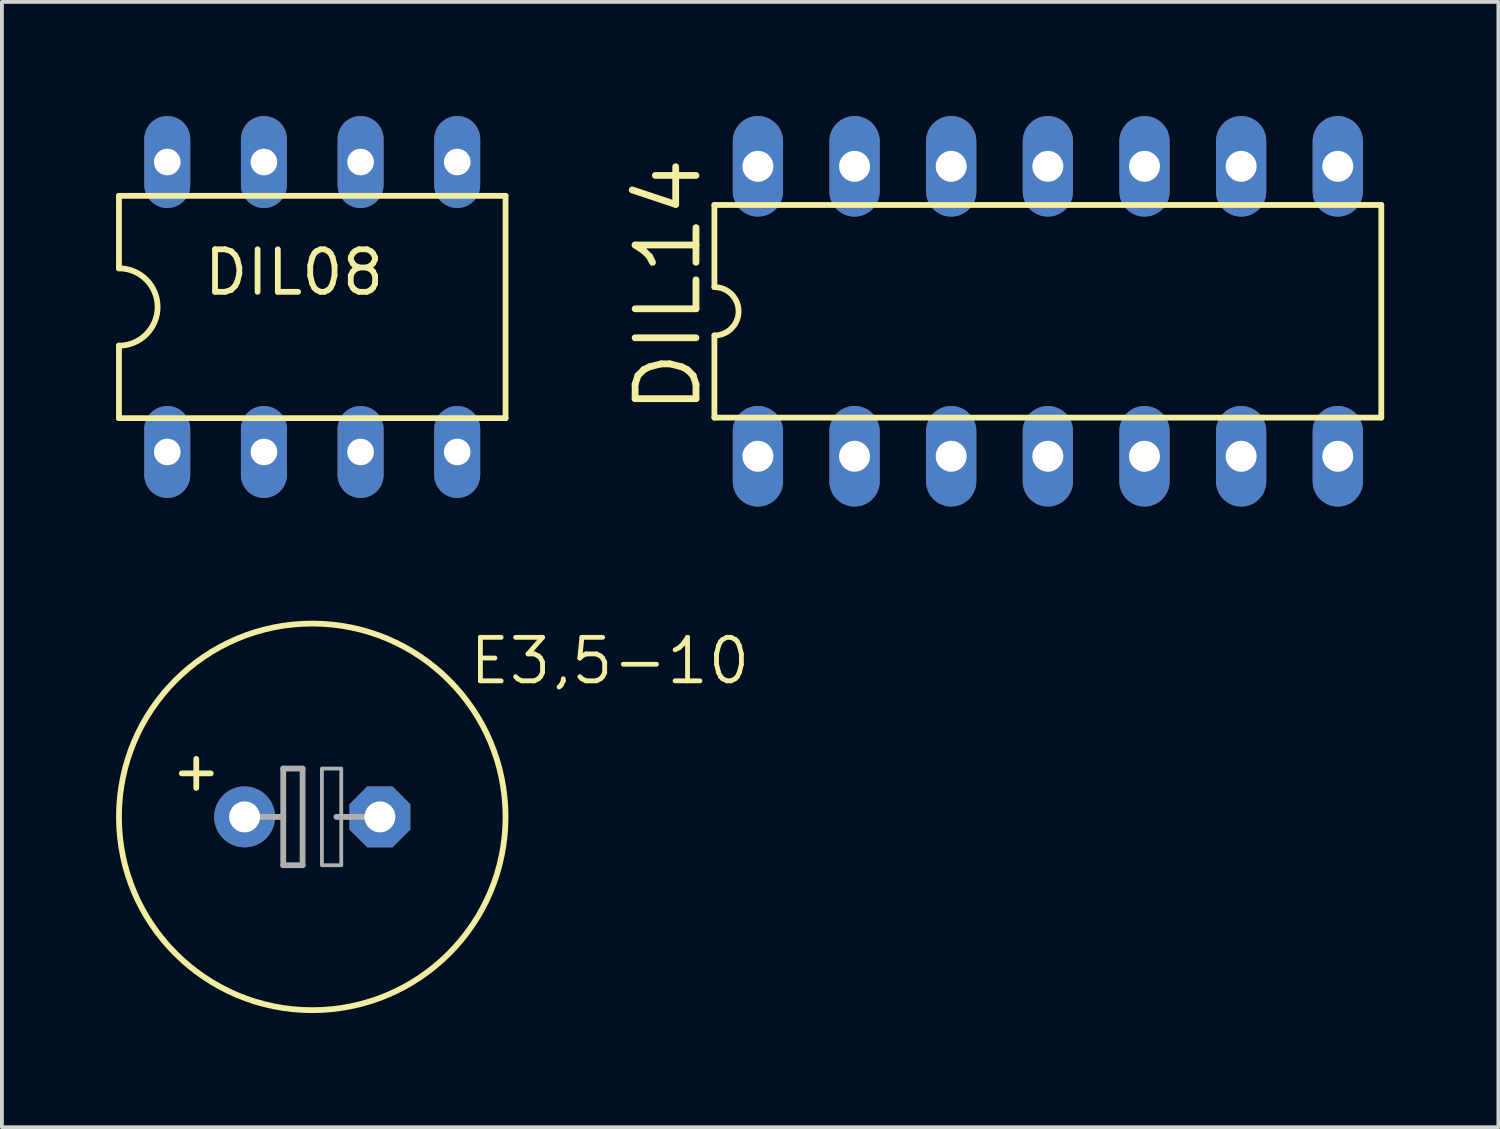
<source format=kicad_pcb>
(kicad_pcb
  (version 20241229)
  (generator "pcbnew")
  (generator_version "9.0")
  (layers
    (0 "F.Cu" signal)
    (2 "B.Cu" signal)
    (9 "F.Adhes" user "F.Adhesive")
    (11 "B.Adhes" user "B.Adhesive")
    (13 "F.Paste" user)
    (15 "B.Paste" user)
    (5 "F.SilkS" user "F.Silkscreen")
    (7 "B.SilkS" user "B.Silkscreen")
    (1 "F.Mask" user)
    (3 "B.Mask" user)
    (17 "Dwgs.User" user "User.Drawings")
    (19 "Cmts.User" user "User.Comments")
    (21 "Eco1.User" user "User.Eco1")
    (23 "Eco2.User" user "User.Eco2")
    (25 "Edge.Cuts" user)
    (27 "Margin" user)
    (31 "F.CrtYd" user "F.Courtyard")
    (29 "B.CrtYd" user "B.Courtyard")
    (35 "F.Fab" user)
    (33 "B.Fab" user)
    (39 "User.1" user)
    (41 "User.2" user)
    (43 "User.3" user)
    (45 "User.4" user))
  (footprint "DIL08"
    (layer "F.Cu")
    (at 5.156 5.018)
    (property "Reference" "DIL08" (at -2.921 -0.254 0) (unlocked yes) (layer "F.SilkS") (effects (font (size 1.118 1.118) (thickness 0.152)) (justify left bottom)))
    (fp_line (start -5.08 -2.921) (end -5.08 -1.016) (stroke (width 0.152) (type solid)) (layer "F.SilkS"))
    (fp_line (start -5.08 2.921) (end -5.08 1.016) (stroke (width 0.152) (type solid)) (layer "F.SilkS"))
    (fp_line (start -5.08 2.921) (end 5.08 2.921) (stroke (width 0.152) (type solid)) (layer "F.SilkS"))
    (fp_line (start 5.08 -2.921) (end -5.08 -2.921) (stroke (width 0.152) (type solid)) (layer "F.SilkS"))
    (fp_line (start 5.08 -2.921) (end 5.08 2.921) (stroke (width 0.152) (type solid)) (layer "F.SilkS"))
    (fp_arc (start -5.08 -1.016) (mid -4.064 0) (end -5.08 1.016) (stroke (width 0.1524) (type solid)) (layer "F.SilkS"))
    (pad "1" thru_hole oval (at -3.81 3.81 90) (size 2.416 1.208) (drill 0.7) (layers "*.Cu" "*.Mask"))
    (pad "2" thru_hole oval (at -1.27 3.81 90) (size 2.416 1.208) (drill 0.7) (layers "*.Cu" "*.Mask"))
    (pad "3" thru_hole oval (at 1.27 3.81 90) (size 2.416 1.208) (drill 0.7) (layers "*.Cu" "*.Mask"))
    (pad "4" thru_hole oval (at 3.81 3.81 90) (size 2.416 1.208) (drill 0.7) (layers "*.Cu" "*.Mask"))
    (pad "5" thru_hole oval (at 3.81 -3.81 90) (size 2.416 1.208) (drill 0.7) (layers "*.Cu" "*.Mask"))
    (pad "6" thru_hole oval (at 1.27 -3.81 90) (size 2.416 1.208) (drill 0.7) (layers "*.Cu" "*.Mask"))
    (pad "7" thru_hole oval (at -1.27 -3.81 90) (size 2.416 1.208) (drill 0.7) (layers "*.Cu" "*.Mask"))
    (pad "8" thru_hole oval (at -3.81 -3.81 90) (size 2.416 1.208) (drill 0.7) (layers "*.Cu" "*.Mask")))
  (footprint "DIL14"
    (layer "F.Cu")
    (at 24.488 5.131)
    (property "Reference" "DIL14" (at -9.042 2.794 90) (unlocked yes) (layer "F.SilkS") (effects (font (size 1.6 1.6) (thickness 0.178)) (justify left bottom)))
    (fp_line (start -8.763 -2.794) (end -8.763 -0.635) (stroke (width 0.152) (type solid)) (layer "F.SilkS"))
    (fp_line (start -8.763 0.635) (end -8.763 2.794) (stroke (width 0.152) (type solid)) (layer "F.SilkS"))
    (fp_line (start -8.763 2.794) (end 8.763 2.794) (stroke (width 0.152) (type solid)) (layer "F.SilkS"))
    (fp_line (start 8.763 -2.794) (end -8.763 -2.794) (stroke (width 0.152) (type solid)) (layer "F.SilkS"))
    (fp_line (start 8.763 2.794) (end 8.763 -2.794) (stroke (width 0.152) (type solid)) (layer "F.SilkS"))
    (fp_arc (start -8.763 -0.635) (mid -8.128 0) (end -8.763 0.635) (stroke (width 0.1524) (type solid)) (layer "F.SilkS"))
    (pad "1" thru_hole oval (at -7.62 3.81 90) (size 2.642 1.321) (drill 0.813) (layers "*.Cu" "*.Mask"))
    (pad "2" thru_hole oval (at -5.08 3.81 90) (size 2.642 1.321) (drill 0.813) (layers "*.Cu" "*.Mask"))
    (pad "3" thru_hole oval (at -2.54 3.81 90) (size 2.642 1.321) (drill 0.813) (layers "*.Cu" "*.Mask"))
    (pad "4" thru_hole oval (at 0 3.81 90) (size 2.642 1.321) (drill 0.813) (layers "*.Cu" "*.Mask"))
    (pad "5" thru_hole oval (at 2.54 3.81 90) (size 2.642 1.321) (drill 0.813) (layers "*.Cu" "*.Mask"))
    (pad "6" thru_hole oval (at 5.08 3.81 90) (size 2.642 1.321) (drill 0.813) (layers "*.Cu" "*.Mask"))
    (pad "7" thru_hole oval (at 7.62 3.81 90) (size 2.642 1.321) (drill 0.813) (layers "*.Cu" "*.Mask"))
    (pad "8" thru_hole oval (at 7.62 -3.81 90) (size 2.642 1.321) (drill 0.813) (layers "*.Cu" "*.Mask"))
    (pad "9" thru_hole oval (at 5.08 -3.81 90) (size 2.642 1.321) (drill 0.813) (layers "*.Cu" "*.Mask"))
    (pad "10" thru_hole oval (at 2.54 -3.81 90) (size 2.642 1.321) (drill 0.813) (layers "*.Cu" "*.Mask"))
    (pad "11" thru_hole oval (at 0 -3.81 90) (size 2.642 1.321) (drill 0.813) (layers "*.Cu" "*.Mask"))
    (pad "12" thru_hole oval (at -2.54 -3.81 90) (size 2.642 1.321) (drill 0.813) (layers "*.Cu" "*.Mask"))
    (pad "13" thru_hole oval (at -5.08 -3.81 90) (size 2.642 1.321) (drill 0.813) (layers "*.Cu" "*.Mask"))
    (pad "14" thru_hole oval (at -7.62 -3.81 90) (size 2.642 1.321) (drill 0.813) (layers "*.Cu" "*.Mask")))
  (footprint "E3,5-10"
    (layer "F.Cu")
    (at 5.156 18.418)
    (property "Reference" "E3,5-10" (at 4.064 -3.429 0) (unlocked yes) (layer "F.SilkS") (effects (font (size 1.143 1.143) (thickness 0.127)) (justify left bottom)))
    (fp_line (start -3.429 -1.143) (end -2.667 -1.143) (stroke (width 0.152) (type solid)) (layer "F.SilkS"))
    (fp_line (start -3.048 -0.762) (end -3.048 -1.524) (stroke (width 0.152) (type solid)) (layer "F.SilkS"))
    (fp_circle (center 0 0) (end 5.08 0) (stroke (width 0.152) (type solid)) (fill no) (layer "F.SilkS"))
    (fp_line (start -1.651 0) (end -0.762 0) (stroke (width 0.152) (type solid)) (layer "F.Fab"))
    (fp_line (start -0.762 -1.27) (end -0.762 0) (stroke (width 0.152) (type solid)) (layer "F.Fab"))
    (fp_line (start -0.762 0) (end -0.762 1.27) (stroke (width 0.152) (type solid)) (layer "F.Fab"))
    (fp_line (start -0.762 1.27) (end -0.254 1.27) (stroke (width 0.152) (type solid)) (layer "F.Fab"))
    (fp_line (start -0.254 -1.27) (end -0.762 -1.27) (stroke (width 0.152) (type solid)) (layer "F.Fab"))
    (fp_line (start -0.254 1.27) (end -0.254 -1.27) (stroke (width 0.152) (type solid)) (layer "F.Fab"))
    (fp_line (start 0.635 0) (end 1.651 0) (stroke (width 0.152) (type solid)) (layer "F.Fab"))
    (fp_poly (pts (xy 0.254 1.27) (xy 0.762 1.27) (xy 0.762 -1.27) (xy 0.254 -1.27)) (stroke (width 0.1) (type default)) (fill no) (layer "F.Fab"))
    (pad "+" thru_hole circle (at -1.778 0) (size 1.6 1.6) (drill 0.813) (layers "*.Cu" "*.Mask"))
    (pad "-" thru_hole roundrect (at 1.778 0) (size 1.6 1.6) (drill 0.813) (layers "*.Cu" "*.Mask") (roundrect_rratio 0.25) (chamfer_ratio 0.293) (chamfer top_left top_right bottom_left bottom_right)))
  (gr_rect
    (start -3 -3)
    (end 36.328 26.574)
    (stroke (width 0.1) (type default))
    (fill no)
    (layer "Edge.Cuts")))
</source>
